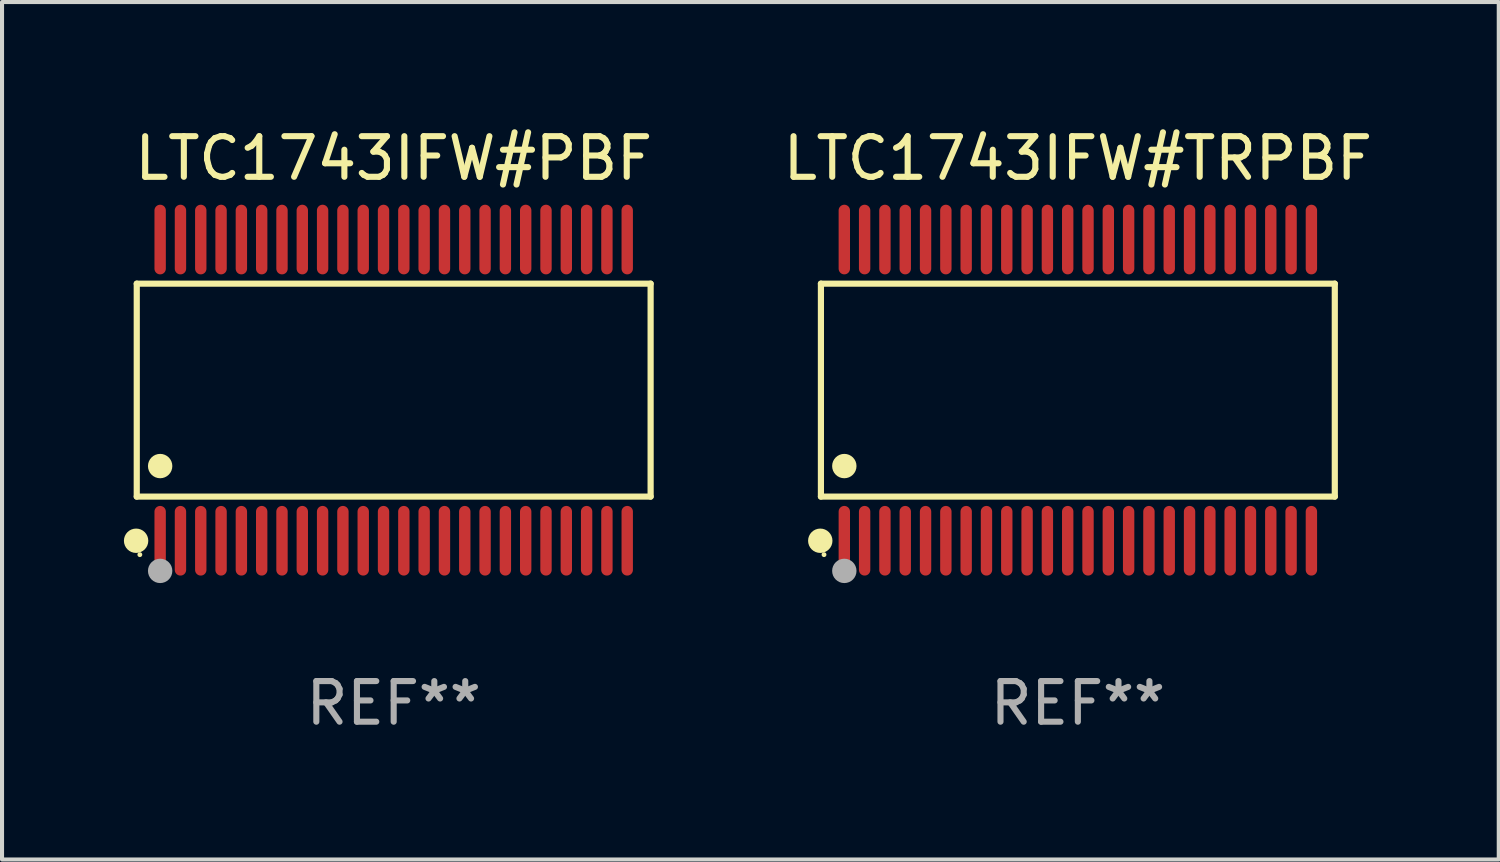
<source format=kicad_pcb>
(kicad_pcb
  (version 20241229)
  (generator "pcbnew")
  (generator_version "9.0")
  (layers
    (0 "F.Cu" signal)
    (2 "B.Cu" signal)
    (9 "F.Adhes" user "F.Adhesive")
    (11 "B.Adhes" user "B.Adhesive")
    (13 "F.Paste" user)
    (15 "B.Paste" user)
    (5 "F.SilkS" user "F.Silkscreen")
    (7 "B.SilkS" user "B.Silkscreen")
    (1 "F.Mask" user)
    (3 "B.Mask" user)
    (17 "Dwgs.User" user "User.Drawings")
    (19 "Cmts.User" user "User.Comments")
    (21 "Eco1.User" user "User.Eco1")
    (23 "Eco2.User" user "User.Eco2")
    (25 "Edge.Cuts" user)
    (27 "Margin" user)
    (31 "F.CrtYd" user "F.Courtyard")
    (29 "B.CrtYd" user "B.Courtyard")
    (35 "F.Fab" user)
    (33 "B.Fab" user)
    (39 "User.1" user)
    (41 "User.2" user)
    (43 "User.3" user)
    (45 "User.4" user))
  (footprint "LTC1743IFW#TRPBF"
    (layer "F.Cu")
    (at 23.488 6.556)
    (property "Reference" "LTC1743IFW#TRPBF" (at 0 -5.708 0) (layer "F.SilkS") (effects (font (size 1 1) (thickness 0.15))))
    (attr through_hole)
    (fp_line (start -6.326 -2.622) (end 6.326 -2.622) (stroke (width 0.152) (type solid)) (layer "F.SilkS"))
    (fp_line (start -6.326 2.621) (end -6.326 -2.622) (stroke (width 0.152) (type solid)) (layer "F.SilkS"))
    (fp_line (start 6.326 -2.622) (end 6.326 2.621) (stroke (width 0.152) (type solid)) (layer "F.SilkS"))
    (fp_line (start 6.326 2.621) (end -6.326 2.621) (stroke (width 0.152) (type solid)) (layer "F.SilkS"))
    (fp_circle (center -6.342 3.708) (end -6.192 3.708) (stroke (width 0.3) (type solid)) (fill no) (layer "F.SilkS"))
    (fp_circle (center -6.25 4.05) (end -6.22 4.05) (stroke (width 0.06) (type solid)) (fill no) (layer "F.SilkS"))
    (fp_circle (center -5.75 1.869) (end -5.6 1.869) (stroke (width 0.3) (type solid)) (fill no) (layer "F.SilkS"))
    (fp_circle (center -5.75 4.45) (end -5.6 4.45) (stroke (width 0.3) (type solid)) (fill no) (layer "F.Fab"))
    (fp_text user "REF**" (at 0 7.708 0) (layer "F.Fab") (effects (font (size 1 1) (thickness 0.15))))
    (pad "1" smd oval (at -5.75 3.708) (size 0.28 1.715) (layers "F.Cu" "F.Mask" "F.Paste"))
    (pad "2" smd oval (at -5.25 3.708) (size 0.28 1.715) (layers "F.Cu" "F.Mask" "F.Paste"))
    (pad "3" smd oval (at -4.75 3.708) (size 0.28 1.715) (layers "F.Cu" "F.Mask" "F.Paste"))
    (pad "4" smd oval (at -4.25 3.708) (size 0.28 1.715) (layers "F.Cu" "F.Mask" "F.Paste"))
    (pad "5" smd oval (at -3.75 3.708) (size 0.28 1.715) (layers "F.Cu" "F.Mask" "F.Paste"))
    (pad "6" smd oval (at -3.25 3.708) (size 0.28 1.715) (layers "F.Cu" "F.Mask" "F.Paste"))
    (pad "7" smd oval (at -2.75 3.708) (size 0.28 1.715) (layers "F.Cu" "F.Mask" "F.Paste"))
    (pad "8" smd oval (at -2.25 3.708) (size 0.28 1.715) (layers "F.Cu" "F.Mask" "F.Paste"))
    (pad "9" smd oval (at -1.75 3.708) (size 0.28 1.715) (layers "F.Cu" "F.Mask" "F.Paste"))
    (pad "10" smd oval (at -1.25 3.708) (size 0.28 1.715) (layers "F.Cu" "F.Mask" "F.Paste"))
    (pad "11" smd oval (at -0.75 3.708) (size 0.28 1.715) (layers "F.Cu" "F.Mask" "F.Paste"))
    (pad "12" smd oval (at -0.25 3.708) (size 0.28 1.715) (layers "F.Cu" "F.Mask" "F.Paste"))
    (pad "13" smd oval (at 0.25 3.708) (size 0.28 1.715) (layers "F.Cu" "F.Mask" "F.Paste"))
    (pad "14" smd oval (at 0.75 3.708) (size 0.28 1.715) (layers "F.Cu" "F.Mask" "F.Paste"))
    (pad "15" smd oval (at 1.25 3.708) (size 0.28 1.715) (layers "F.Cu" "F.Mask" "F.Paste"))
    (pad "16" smd oval (at 1.75 3.708) (size 0.28 1.715) (layers "F.Cu" "F.Mask" "F.Paste"))
    (pad "17" smd oval (at 2.25 3.708) (size 0.28 1.715) (layers "F.Cu" "F.Mask" "F.Paste"))
    (pad "18" smd oval (at 2.75 3.708) (size 0.28 1.715) (layers "F.Cu" "F.Mask" "F.Paste"))
    (pad "19" smd oval (at 3.25 3.708) (size 0.28 1.715) (layers "F.Cu" "F.Mask" "F.Paste"))
    (pad "20" smd oval (at 3.75 3.708) (size 0.28 1.715) (layers "F.Cu" "F.Mask" "F.Paste"))
    (pad "21" smd oval (at 4.25 3.708) (size 0.28 1.715) (layers "F.Cu" "F.Mask" "F.Paste"))
    (pad "22" smd oval (at 4.75 3.708) (size 0.28 1.715) (layers "F.Cu" "F.Mask" "F.Paste"))
    (pad "23" smd oval (at 5.25 3.708) (size 0.28 1.715) (layers "F.Cu" "F.Mask" "F.Paste"))
    (pad "24" smd oval (at 5.75 3.708) (size 0.28 1.715) (layers "F.Cu" "F.Mask" "F.Paste"))
    (pad "25" smd oval (at 5.75 -3.708) (size 0.28 1.715) (layers "F.Cu" "F.Mask" "F.Paste"))
    (pad "26" smd oval (at 5.25 -3.708) (size 0.28 1.715) (layers "F.Cu" "F.Mask" "F.Paste"))
    (pad "27" smd oval (at 4.75 -3.708) (size 0.28 1.715) (layers "F.Cu" "F.Mask" "F.Paste"))
    (pad "28" smd oval (at 4.25 -3.708) (size 0.28 1.715) (layers "F.Cu" "F.Mask" "F.Paste"))
    (pad "29" smd oval (at 3.75 -3.708) (size 0.28 1.715) (layers "F.Cu" "F.Mask" "F.Paste"))
    (pad "30" smd oval (at 3.25 -3.708) (size 0.28 1.715) (layers "F.Cu" "F.Mask" "F.Paste"))
    (pad "31" smd oval (at 2.75 -3.708) (size 0.28 1.715) (layers "F.Cu" "F.Mask" "F.Paste"))
    (pad "32" smd oval (at 2.25 -3.708) (size 0.28 1.715) (layers "F.Cu" "F.Mask" "F.Paste"))
    (pad "33" smd oval (at 1.75 -3.708) (size 0.28 1.715) (layers "F.Cu" "F.Mask" "F.Paste"))
    (pad "34" smd oval (at 1.25 -3.708) (size 0.28 1.715) (layers "F.Cu" "F.Mask" "F.Paste"))
    (pad "35" smd oval (at 0.75 -3.708) (size 0.28 1.715) (layers "F.Cu" "F.Mask" "F.Paste"))
    (pad "36" smd oval (at 0.25 -3.708) (size 0.28 1.715) (layers "F.Cu" "F.Mask" "F.Paste"))
    (pad "37" smd oval (at -0.25 -3.708) (size 0.28 1.715) (layers "F.Cu" "F.Mask" "F.Paste"))
    (pad "38" smd oval (at -0.75 -3.708) (size 0.28 1.715) (layers "F.Cu" "F.Mask" "F.Paste"))
    (pad "39" smd oval (at -1.25 -3.708) (size 0.28 1.715) (layers "F.Cu" "F.Mask" "F.Paste"))
    (pad "40" smd oval (at -1.75 -3.708) (size 0.28 1.715) (layers "F.Cu" "F.Mask" "F.Paste"))
    (pad "41" smd oval (at -2.25 -3.708) (size 0.28 1.715) (layers "F.Cu" "F.Mask" "F.Paste"))
    (pad "42" smd oval (at -2.75 -3.708) (size 0.28 1.715) (layers "F.Cu" "F.Mask" "F.Paste"))
    (pad "43" smd oval (at -3.25 -3.708) (size 0.28 1.715) (layers "F.Cu" "F.Mask" "F.Paste"))
    (pad "44" smd oval (at -3.75 -3.708) (size 0.28 1.715) (layers "F.Cu" "F.Mask" "F.Paste"))
    (pad "45" smd oval (at -4.25 -3.708) (size 0.28 1.715) (layers "F.Cu" "F.Mask" "F.Paste"))
    (pad "46" smd oval (at -4.75 -3.708) (size 0.28 1.715) (layers "F.Cu" "F.Mask" "F.Paste"))
    (pad "47" smd oval (at -5.25 -3.708) (size 0.28 1.715) (layers "F.Cu" "F.Mask" "F.Paste"))
    (pad "48" smd oval (at -5.75 -3.708) (size 0.28 1.715) (layers "F.Cu" "F.Mask" "F.Paste")))
  (footprint "LTC1743IFW#PBF"
    (layer "F.Cu")
    (at 6.643 6.556)
    (property "Reference" "LTC1743IFW#PBF" (at 0 -5.708 0) (layer "F.SilkS") (effects (font (size 1 1) (thickness 0.15))))
    (attr through_hole)
    (fp_line (start -6.326 -2.622) (end 6.326 -2.622) (stroke (width 0.152) (type solid)) (layer "F.SilkS"))
    (fp_line (start -6.326 2.621) (end -6.326 -2.622) (stroke (width 0.152) (type solid)) (layer "F.SilkS"))
    (fp_line (start 6.326 -2.622) (end 6.326 2.621) (stroke (width 0.152) (type solid)) (layer "F.SilkS"))
    (fp_line (start 6.326 2.621) (end -6.326 2.621) (stroke (width 0.152) (type solid)) (layer "F.SilkS"))
    (fp_circle (center -6.342 3.708) (end -6.192 3.708) (stroke (width 0.3) (type solid)) (fill no) (layer "F.SilkS"))
    (fp_circle (center -6.25 4.05) (end -6.22 4.05) (stroke (width 0.06) (type solid)) (fill no) (layer "F.SilkS"))
    (fp_circle (center -5.75 1.869) (end -5.6 1.869) (stroke (width 0.3) (type solid)) (fill no) (layer "F.SilkS"))
    (fp_circle (center -5.75 4.45) (end -5.6 4.45) (stroke (width 0.3) (type solid)) (fill no) (layer "F.Fab"))
    (fp_text user "REF**" (at 0 7.708 0) (layer "F.Fab") (effects (font (size 1 1) (thickness 0.15))))
    (pad "1" smd oval (at -5.75 3.708) (size 0.28 1.715) (layers "F.Cu" "F.Mask" "F.Paste"))
    (pad "2" smd oval (at -5.25 3.708) (size 0.28 1.715) (layers "F.Cu" "F.Mask" "F.Paste"))
    (pad "3" smd oval (at -4.75 3.708) (size 0.28 1.715) (layers "F.Cu" "F.Mask" "F.Paste"))
    (pad "4" smd oval (at -4.25 3.708) (size 0.28 1.715) (layers "F.Cu" "F.Mask" "F.Paste"))
    (pad "5" smd oval (at -3.75 3.708) (size 0.28 1.715) (layers "F.Cu" "F.Mask" "F.Paste"))
    (pad "6" smd oval (at -3.25 3.708) (size 0.28 1.715) (layers "F.Cu" "F.Mask" "F.Paste"))
    (pad "7" smd oval (at -2.75 3.708) (size 0.28 1.715) (layers "F.Cu" "F.Mask" "F.Paste"))
    (pad "8" smd oval (at -2.25 3.708) (size 0.28 1.715) (layers "F.Cu" "F.Mask" "F.Paste"))
    (pad "9" smd oval (at -1.75 3.708) (size 0.28 1.715) (layers "F.Cu" "F.Mask" "F.Paste"))
    (pad "10" smd oval (at -1.25 3.708) (size 0.28 1.715) (layers "F.Cu" "F.Mask" "F.Paste"))
    (pad "11" smd oval (at -0.75 3.708) (size 0.28 1.715) (layers "F.Cu" "F.Mask" "F.Paste"))
    (pad "12" smd oval (at -0.25 3.708) (size 0.28 1.715) (layers "F.Cu" "F.Mask" "F.Paste"))
    (pad "13" smd oval (at 0.25 3.708) (size 0.28 1.715) (layers "F.Cu" "F.Mask" "F.Paste"))
    (pad "14" smd oval (at 0.75 3.708) (size 0.28 1.715) (layers "F.Cu" "F.Mask" "F.Paste"))
    (pad "15" smd oval (at 1.25 3.708) (size 0.28 1.715) (layers "F.Cu" "F.Mask" "F.Paste"))
    (pad "16" smd oval (at 1.75 3.708) (size 0.28 1.715) (layers "F.Cu" "F.Mask" "F.Paste"))
    (pad "17" smd oval (at 2.25 3.708) (size 0.28 1.715) (layers "F.Cu" "F.Mask" "F.Paste"))
    (pad "18" smd oval (at 2.75 3.708) (size 0.28 1.715) (layers "F.Cu" "F.Mask" "F.Paste"))
    (pad "19" smd oval (at 3.25 3.708) (size 0.28 1.715) (layers "F.Cu" "F.Mask" "F.Paste"))
    (pad "20" smd oval (at 3.75 3.708) (size 0.28 1.715) (layers "F.Cu" "F.Mask" "F.Paste"))
    (pad "21" smd oval (at 4.25 3.708) (size 0.28 1.715) (layers "F.Cu" "F.Mask" "F.Paste"))
    (pad "22" smd oval (at 4.75 3.708) (size 0.28 1.715) (layers "F.Cu" "F.Mask" "F.Paste"))
    (pad "23" smd oval (at 5.25 3.708) (size 0.28 1.715) (layers "F.Cu" "F.Mask" "F.Paste"))
    (pad "24" smd oval (at 5.75 3.708) (size 0.28 1.715) (layers "F.Cu" "F.Mask" "F.Paste"))
    (pad "25" smd oval (at 5.75 -3.708) (size 0.28 1.715) (layers "F.Cu" "F.Mask" "F.Paste"))
    (pad "26" smd oval (at 5.25 -3.708) (size 0.28 1.715) (layers "F.Cu" "F.Mask" "F.Paste"))
    (pad "27" smd oval (at 4.75 -3.708) (size 0.28 1.715) (layers "F.Cu" "F.Mask" "F.Paste"))
    (pad "28" smd oval (at 4.25 -3.708) (size 0.28 1.715) (layers "F.Cu" "F.Mask" "F.Paste"))
    (pad "29" smd oval (at 3.75 -3.708) (size 0.28 1.715) (layers "F.Cu" "F.Mask" "F.Paste"))
    (pad "30" smd oval (at 3.25 -3.708) (size 0.28 1.715) (layers "F.Cu" "F.Mask" "F.Paste"))
    (pad "31" smd oval (at 2.75 -3.708) (size 0.28 1.715) (layers "F.Cu" "F.Mask" "F.Paste"))
    (pad "32" smd oval (at 2.25 -3.708) (size 0.28 1.715) (layers "F.Cu" "F.Mask" "F.Paste"))
    (pad "33" smd oval (at 1.75 -3.708) (size 0.28 1.715) (layers "F.Cu" "F.Mask" "F.Paste"))
    (pad "34" smd oval (at 1.25 -3.708) (size 0.28 1.715) (layers "F.Cu" "F.Mask" "F.Paste"))
    (pad "35" smd oval (at 0.75 -3.708) (size 0.28 1.715) (layers "F.Cu" "F.Mask" "F.Paste"))
    (pad "36" smd oval (at 0.25 -3.708) (size 0.28 1.715) (layers "F.Cu" "F.Mask" "F.Paste"))
    (pad "37" smd oval (at -0.25 -3.708) (size 0.28 1.715) (layers "F.Cu" "F.Mask" "F.Paste"))
    (pad "38" smd oval (at -0.75 -3.708) (size 0.28 1.715) (layers "F.Cu" "F.Mask" "F.Paste"))
    (pad "39" smd oval (at -1.25 -3.708) (size 0.28 1.715) (layers "F.Cu" "F.Mask" "F.Paste"))
    (pad "40" smd oval (at -1.75 -3.708) (size 0.28 1.715) (layers "F.Cu" "F.Mask" "F.Paste"))
    (pad "41" smd oval (at -2.25 -3.708) (size 0.28 1.715) (layers "F.Cu" "F.Mask" "F.Paste"))
    (pad "42" smd oval (at -2.75 -3.708) (size 0.28 1.715) (layers "F.Cu" "F.Mask" "F.Paste"))
    (pad "43" smd oval (at -3.25 -3.708) (size 0.28 1.715) (layers "F.Cu" "F.Mask" "F.Paste"))
    (pad "44" smd oval (at -3.75 -3.708) (size 0.28 1.715) (layers "F.Cu" "F.Mask" "F.Paste"))
    (pad "45" smd oval (at -4.25 -3.708) (size 0.28 1.715) (layers "F.Cu" "F.Mask" "F.Paste"))
    (pad "46" smd oval (at -4.75 -3.708) (size 0.28 1.715) (layers "F.Cu" "F.Mask" "F.Paste"))
    (pad "47" smd oval (at -5.25 -3.708) (size 0.28 1.715) (layers "F.Cu" "F.Mask" "F.Paste"))
    (pad "48" smd oval (at -5.75 -3.708) (size 0.28 1.715) (layers "F.Cu" "F.Mask" "F.Paste")))
  (gr_rect
    (start -3 -3)
    (end 33.851 18.112)
    (stroke (width 0.1) (type default))
    (fill no)
    (layer "Edge.Cuts")))
</source>
